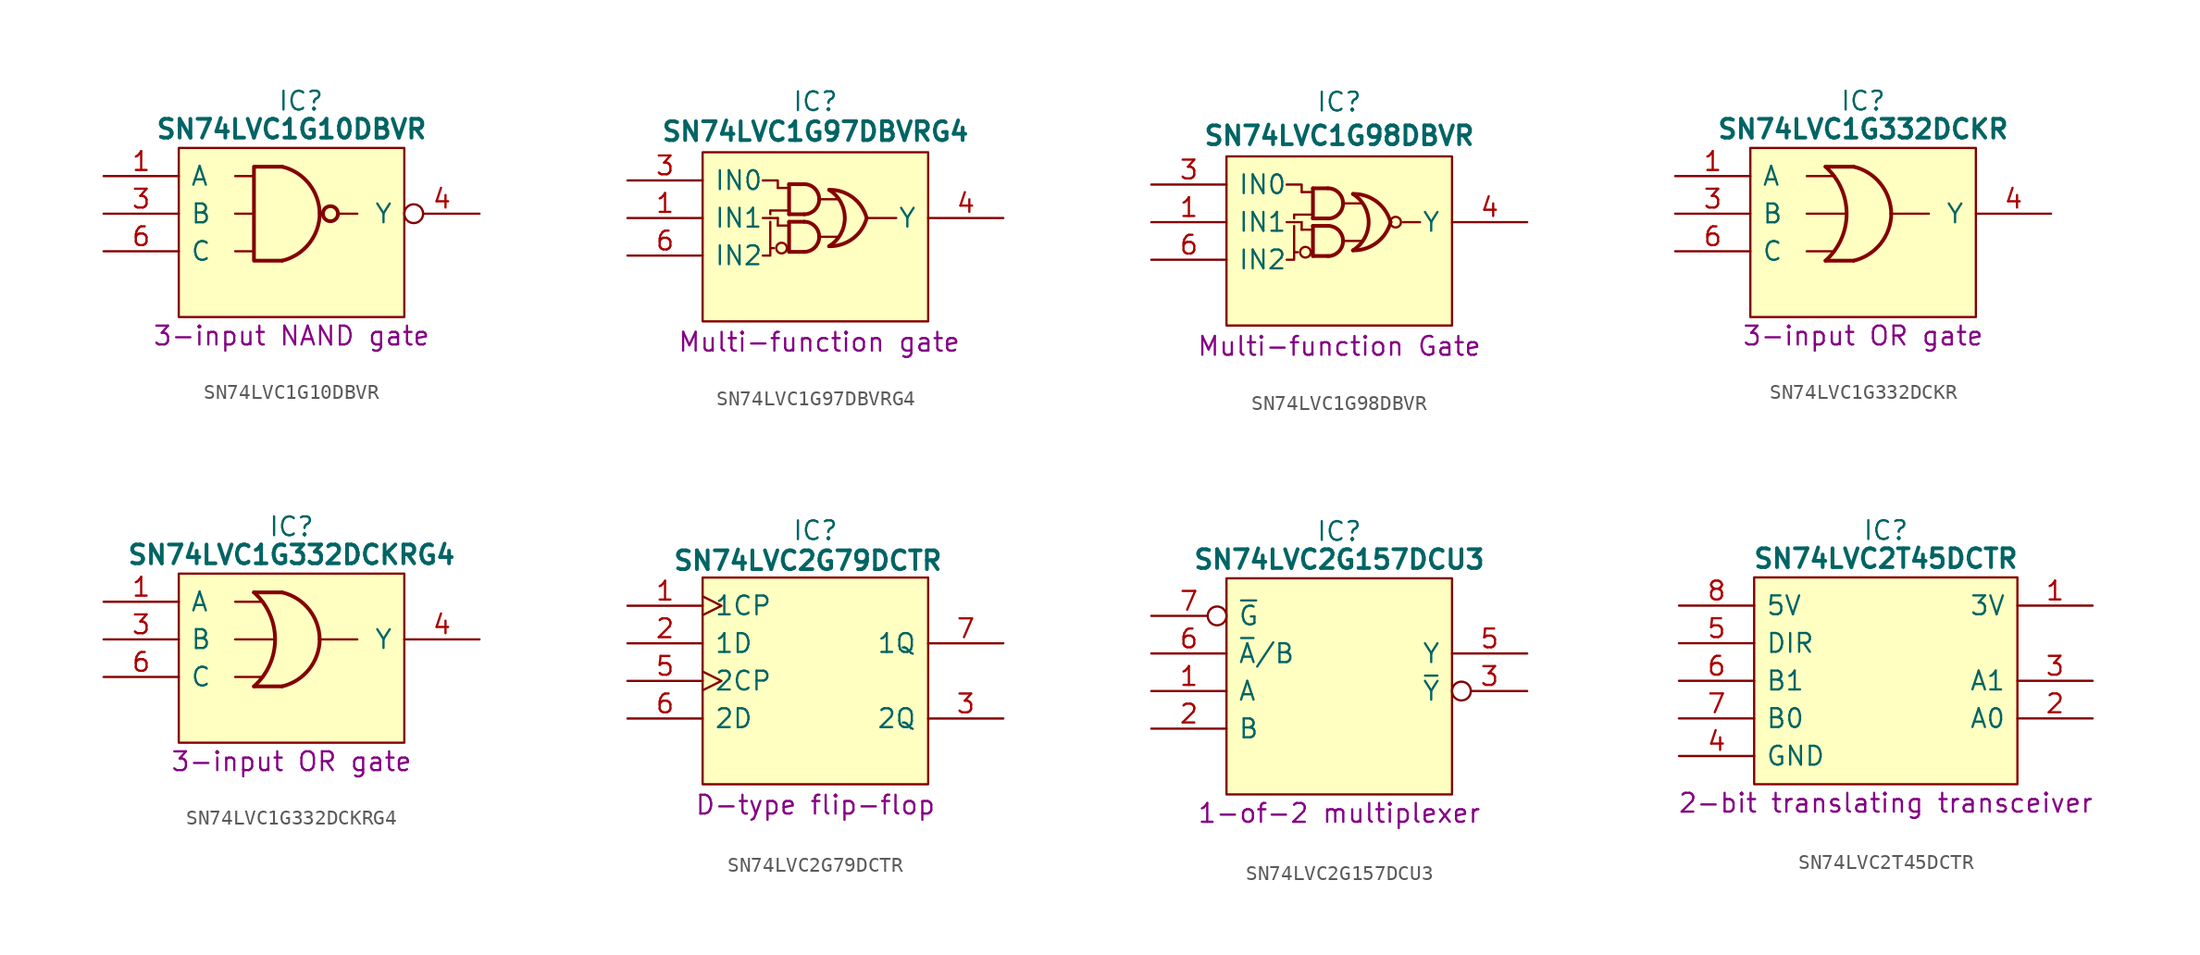
<source format=kicad_sym>
(kicad_symbol_lib
  (version 20241209)
  (generator "kicad_symbol_editor")
  (generator_version "9.0")
  (symbol "SN74LVC1G10DBVR"
    (pin_names
      (offset 0.762))
    (property "Reference" "IC"
      (at 13.335 5.08 0)
      (effects (font (size 1.27 1.27))))
    (property "Value" "SN74LVC1G10DBVR"
      (at 12.7 3.175 0)
      (effects (font (size 1.27 1.27) (bold yes))))
    (property "Description" "3-input NAND gate"
      (at 12.7 -10.795 0)
      (effects (font (size 1.27 1.27))))
    (symbol "SN74LVC1G10DBVR_0_0"
      (pin input line (at 0 0 0) (length 5.08) (name "A" (effects (font (size 1.27 1.27)))) (number "1" (effects (font (size 1.27 1.27)))))
      (pin input line (at 0 -2.54 0) (length 5.08) (name "B" (effects (font (size 1.27 1.27)))) (number "3" (effects (font (size 1.27 1.27)))))
      (pin input line (at 0 -5.08 0) (length 5.08) (name "C" (effects (font (size 1.27 1.27)))) (number "6" (effects (font (size 1.27 1.27)))))
      (pin passive line (at 0 -7.62 0) (length 5.08) (hide yes) (name "GND" (effects (font (size 1.27 1.27)))) (number "2" (effects (font (size 1.27 1.27)))))
      (pin passive line (at 25.4 0 180) (length 5.08) (hide yes) (name "3V" (effects (font (size 1.27 1.27)))) (number "5" (effects (font (size 1.27 1.27))))))
    (symbol "SN74LVC1G10DBVR_0_1"
      (polyline (pts (xy 5.08 1.905) (xy 20.32 1.905) (xy 20.32 -9.525) (xy 5.08 -9.525) (xy 5.08 1.905)) (stroke (width 0.152) (type default)) (fill (type background)))
      (polyline (pts (xy 8.89 0) (xy 10.16 0)) (stroke (width 0) (type default)) (fill (type none)))
      (polyline (pts (xy 8.89 -2.54) (xy 10.16 -2.54)) (stroke (width 0) (type default)) (fill (type none)))
      (polyline (pts (xy 8.89 -5.08) (xy 10.16 -5.08)) (stroke (width 0) (type default)) (fill (type none)))
      (polyline (pts (xy 10.16 0.635) (xy 10.16 -5.715)) (stroke (width 0.254) (type default)) (fill (type background)))
      (arc (start 14.605 -2.54) (mid 13.8812 -4.5645) (end 12.065 -5.715) (stroke (width 0.254) (type default)) (fill (type none)))
      (arc (start 12.065 0.635) (mid 13.8823 -0.5147) (end 14.605 -2.54) (stroke (width 0.254) (type default)) (fill (type none)))
      (polyline (pts (xy 12.065 0.635) (xy 10.248 0.635)) (stroke (width 0.254) (type default)) (fill (type background)))
      (polyline (pts (xy 12.065 -5.715) (xy 10.248 -5.715)) (stroke (width 0.254) (type default)) (fill (type background)))
      (circle (center 15.328 -2.54) (radius 0.508) (stroke (width 0.254) (type default)) (fill (type none)))
      (polyline (pts (xy 15.963 -2.54) (xy 17.145 -2.54)) (stroke (width 0) (type default)) (fill (type none))))
    (symbol "SN74LVC1G10DBVR_1_0"
      (pin output inverted (at 25.4 -2.54 180) (length 5.08) (name "Y" (effects (font (size 1.27 1.27)))) (number "4" (effects (font (size 1.27 1.27)))))))
  (symbol "SN74LVC1G97DBVRG4"
    (pin_names
      (offset 0.762))
    (property "Reference" "IC"
      (at 12.7 5.334 0)
      (effects (font (size 1.27 1.27))))
    (property "Value" "SN74LVC1G97DBVRG4"
      (at 12.7 3.302 0)
      (effects (font (size 1.27 1.27) (bold yes))))
    (property "Description" "Multi-function gate"
      (at 12.954 -10.922 0)
      (effects (font (size 1.27 1.27))))
    (symbol "SN74LVC1G97DBVRG4_0_1"
      (polyline (pts (xy 9.652 -2.032) (xy 9.652 -2.286)) (stroke (width 0) (type default)) (fill (type none)))
      (polyline (pts (xy 9.652 -2.032) (xy 10.922 -2.032)) (stroke (width 0) (type default)) (fill (type none)))
      (polyline (pts (xy 9.652 -2.54) (xy 9.652 -2.54)) (stroke (width 0) (type default)) (fill (type none)))
      (polyline (pts (xy 9.652 -4.572) (xy 9.652 -2.794)) (stroke (width 0) (type default)) (fill (type none)))
      (polyline (pts (xy 9.652 -4.572) (xy 9.906 -4.572)) (stroke (width 0) (type default)) (fill (type none)))
      (polyline (pts (xy 9.652 -4.572) (xy 9.652 -5.08) (xy 9.144 -5.08)) (stroke (width 0) (type default)) (fill (type none)))
      (polyline (pts (xy 10.16 -0.508) (xy 10.922 -0.508)) (stroke (width 0) (type default)) (fill (type none)))
      (polyline (pts (xy 10.16 -0.508) (xy 10.16 0) (xy 9.144 0)) (stroke (width 0) (type default)) (fill (type none)))
      (polyline (pts (xy 10.16 -2.54) (xy 9.144 -2.54)) (stroke (width 0) (type default)) (fill (type none)))
      (polyline (pts (xy 10.16 -3.048) (xy 10.16 -2.54)) (stroke (width 0) (type default)) (fill (type none)))
      (polyline (pts (xy 10.16 -3.048) (xy 10.922 -3.048)) (stroke (width 0) (type default)) (fill (type none)))
      (circle (center 10.414 -4.572) (radius 0.359) (stroke (width 0) (type default)) (fill (type none)))
      (polyline (pts (xy 10.922 -0.254) (xy 10.922 -2.286)) (stroke (width 0.254) (type default)) (fill (type background)))
      (polyline (pts (xy 10.922 -0.254) (xy 11.938 -0.254)) (stroke (width 0.254) (type default)) (fill (type background)))
      (polyline (pts (xy 10.922 -2.286) (xy 11.938 -2.286)) (stroke (width 0.254) (type default)) (fill (type background)))
      (polyline (pts (xy 10.922 -2.794) (xy 10.922 -4.826)) (stroke (width 0.254) (type default)) (fill (type background)))
      (polyline (pts (xy 10.922 -2.794) (xy 11.938 -2.794)) (stroke (width 0.254) (type default)) (fill (type background)))
      (polyline (pts (xy 10.922 -4.826) (xy 11.938 -4.826)) (stroke (width 0.254) (type default)) (fill (type background)))
      (arc (start 11.9406 -0.2514) (mid 12.6595 -0.549) (end 12.9566 -1.2674) (stroke (width 0.254) (type default)) (fill (type none)))
      (arc (start 12.9566 -1.2726) (mid 12.6581 -1.9896) (end 11.9406 -2.2886) (stroke (width 0.254) (type default)) (fill (type none)))
      (arc (start 11.9406 -2.7914) (mid 12.6595 -3.089) (end 12.9566 -3.8074) (stroke (width 0.254) (type default)) (fill (type none)))
      (arc (start 12.9566 -3.8126) (mid 12.6581 -4.5296) (end 11.9406 -4.8286) (stroke (width 0.254) (type default)) (fill (type none)))
      (arc (start 13.628 -0.635) (mid 14.6879 -2.54) (end 13.628 -4.445) (stroke (width 0.254) (type default)) (fill (type none)))
      (polyline (pts (xy 12.954 -1.27) (xy 14.224 -1.27)) (stroke (width 0) (type default)) (fill (type none)))
      (polyline (pts (xy 12.954 -3.81) (xy 14.224 -3.81)) (stroke (width 0) (type default)) (fill (type none)))
      (arc (start 16.168 -2.54) (mid 15.2265 -3.9309) (end 13.628 -4.445) (stroke (width 0.254) (type default)) (fill (type none)))
      (arc (start 13.628 -0.635) (mid 15.227 -1.1488) (end 16.168 -2.54) (stroke (width 0.254) (type default)) (fill (type none)))
      (polyline (pts (xy 16.256 -2.54) (xy 18.161 -2.54)) (stroke (width 0) (type default)) (fill (type none))))
    (symbol "SN74LVC1G97DBVRG4_1_0"
      (pin input line (at 0 0 0) (length 5.08) (name "IN0" (effects (font (size 1.27 1.27)))) (number "3" (effects (font (size 1.27 1.27)))))
      (pin input line (at 0 -2.54 0) (length 5.08) (name "IN1" (effects (font (size 1.27 1.27)))) (number "1" (effects (font (size 1.27 1.27)))))
      (pin input line (at 0 -5.08 0) (length 5.08) (name "IN2" (effects (font (size 1.27 1.27)))) (number "6" (effects (font (size 1.27 1.27)))))
      (pin passive line (at 0 -7.62 0) (length 5.08) (hide yes) (name "GND" (effects (font (size 1.27 1.27)))) (number "2" (effects (font (size 1.27 1.27)))))
      (pin passive line (at 25.4 0 180) (length 5.08) (hide yes) (name "3V" (effects (font (size 1.27 1.27)))) (number "5" (effects (font (size 1.27 1.27)))))
      (pin output line (at 25.4 -2.54 180) (length 5.08) (name "Y" (effects (font (size 1.27 1.27)))) (number "4" (effects (font (size 1.27 1.27))))))
    (symbol "SN74LVC1G97DBVRG4_1_1"
      (polyline (pts (xy 5.08 1.905) (xy 20.32 1.905) (xy 20.32 -9.525) (xy 5.08 -9.525) (xy 5.08 1.905)) (stroke (width 0.152) (type solid)) (fill (type background)))))
  (symbol "SN74LVC1G98DBVR"
    (pin_names
      (offset 0.762))
    (property "Reference" "IC"
      (at 12.7 5.588 0)
      (effects (font (size 1.27 1.27))))
    (property "Value" "SN74LVC1G98DBVR"
      (at 12.7 3.302 0)
      (effects (font (size 1.27 1.27) (bold yes))))
    (property "Description" "Multi-function Gate"
      (at 12.7 -10.922 0)
      (effects (font (size 1.27 1.27))))
    (symbol "SN74LVC1G98DBVR_0_1"
      (polyline (pts (xy 9.652 -2.032) (xy 9.652 -2.286)) (stroke (width 0) (type default)) (fill (type none)))
      (polyline (pts (xy 9.652 -2.032) (xy 10.922 -2.032)) (stroke (width 0) (type default)) (fill (type none)))
      (polyline (pts (xy 9.652 -2.54) (xy 9.652 -2.54)) (stroke (width 0) (type default)) (fill (type none)))
      (polyline (pts (xy 9.652 -4.572) (xy 9.652 -2.794)) (stroke (width 0) (type default)) (fill (type none)))
      (polyline (pts (xy 9.652 -4.572) (xy 9.906 -4.572)) (stroke (width 0) (type default)) (fill (type none)))
      (polyline (pts (xy 9.652 -4.572) (xy 9.652 -5.08) (xy 9.144 -5.08)) (stroke (width 0) (type default)) (fill (type none)))
      (polyline (pts (xy 10.16 -0.508) (xy 10.922 -0.508)) (stroke (width 0) (type default)) (fill (type none)))
      (polyline (pts (xy 10.16 -0.508) (xy 10.16 0) (xy 9.144 0)) (stroke (width 0) (type default)) (fill (type none)))
      (polyline (pts (xy 10.16 -2.54) (xy 9.144 -2.54)) (stroke (width 0) (type default)) (fill (type none)))
      (polyline (pts (xy 10.16 -3.048) (xy 10.16 -2.54)) (stroke (width 0) (type default)) (fill (type none)))
      (polyline (pts (xy 10.16 -3.048) (xy 10.922 -3.048)) (stroke (width 0) (type default)) (fill (type none)))
      (circle (center 10.414 -4.572) (radius 0.359) (stroke (width 0) (type default)) (fill (type none)))
      (polyline (pts (xy 10.922 -0.254) (xy 10.922 -2.286)) (stroke (width 0.254) (type default)) (fill (type background)))
      (polyline (pts (xy 10.922 -0.254) (xy 11.938 -0.254)) (stroke (width 0.254) (type default)) (fill (type background)))
      (polyline (pts (xy 10.922 -2.286) (xy 11.938 -2.286)) (stroke (width 0.254) (type default)) (fill (type background)))
      (polyline (pts (xy 10.922 -2.794) (xy 10.922 -4.826)) (stroke (width 0.254) (type default)) (fill (type background)))
      (polyline (pts (xy 10.922 -2.794) (xy 11.938 -2.794)) (stroke (width 0.254) (type default)) (fill (type background)))
      (polyline (pts (xy 10.922 -4.826) (xy 11.938 -4.826)) (stroke (width 0.254) (type default)) (fill (type background)))
      (arc (start 11.9406 -0.2514) (mid 12.6595 -0.549) (end 12.9566 -1.2674) (stroke (width 0.254) (type default)) (fill (type none)))
      (arc (start 12.9566 -1.2726) (mid 12.6581 -1.9896) (end 11.9406 -2.2886) (stroke (width 0.254) (type default)) (fill (type none)))
      (arc (start 11.9406 -2.7914) (mid 12.6595 -3.089) (end 12.9566 -3.8074) (stroke (width 0.254) (type default)) (fill (type none)))
      (arc (start 12.9566 -3.8126) (mid 12.6581 -4.5296) (end 11.9406 -4.8286) (stroke (width 0.254) (type default)) (fill (type none)))
      (arc (start 13.628 -0.635) (mid 14.6879 -2.54) (end 13.628 -4.445) (stroke (width 0.254) (type default)) (fill (type none)))
      (polyline (pts (xy 12.954 -1.27) (xy 14.224 -1.27)) (stroke (width 0) (type default)) (fill (type none)))
      (polyline (pts (xy 12.954 -3.81) (xy 14.224 -3.81)) (stroke (width 0) (type default)) (fill (type none)))
      (arc (start 16.168 -2.54) (mid 15.2265 -3.9309) (end 13.628 -4.445) (stroke (width 0.254) (type default)) (fill (type none)))
      (arc (start 13.628 -0.635) (mid 15.227 -1.1488) (end 16.168 -2.54) (stroke (width 0.254) (type default)) (fill (type none)))
      (circle (center 16.51 -2.54) (radius 0.359) (stroke (width 0) (type default)) (fill (type none)))
      (polyline (pts (xy 17.018 -2.54) (xy 18.161 -2.54)) (stroke (width 0) (type default)) (fill (type none))))
    (symbol "SN74LVC1G98DBVR_1_0"
      (pin input line (at 0 0 0) (length 5.08) (name "IN0" (effects (font (size 1.27 1.27)))) (number "3" (effects (font (size 1.27 1.27)))))
      (pin input line (at 0 -2.54 0) (length 5.08) (name "IN1" (effects (font (size 1.27 1.27)))) (number "1" (effects (font (size 1.27 1.27)))))
      (pin input line (at 0 -5.08 0) (length 5.08) (name "IN2" (effects (font (size 1.27 1.27)))) (number "6" (effects (font (size 1.27 1.27)))))
      (pin passive line (at 0 -7.62 0) (length 5.08) (hide yes) (name "GND" (effects (font (size 1.27 1.27)))) (number "2" (effects (font (size 1.27 1.27)))))
      (pin passive line (at 25.4 0 180) (length 5.08) (hide yes) (name "3V" (effects (font (size 1.27 1.27)))) (number "5" (effects (font (size 1.27 1.27)))))
      (pin output line (at 25.4 -2.54 180) (length 5.08) (name "Y" (effects (font (size 1.27 1.27)))) (number "4" (effects (font (size 1.27 1.27))))))
    (symbol "SN74LVC1G98DBVR_1_1"
      (polyline (pts (xy 5.08 1.905) (xy 20.32 1.905) (xy 20.32 -9.525) (xy 5.08 -9.525) (xy 5.08 1.905)) (stroke (width 0.152) (type solid)) (fill (type background)))))
  (symbol "SN74LVC1G332DCKR"
    (pin_names
      (offset 0.762))
    (property "Reference" "IC"
      (at 12.7 5.08 0)
      (effects (font (size 1.27 1.27))))
    (property "Value" "SN74LVC1G332DCKR"
      (at 12.7 3.175 0)
      (effects (font (size 1.27 1.27) (bold yes))))
    (property "Description" "3-input OR gate"
      (at 12.7 -10.795 0)
      (effects (font (size 1.27 1.27))))
    (symbol "SN74LVC1G332DCKR_0_0"
      (pin input line (at 0 0 0) (length 5.08) (name "A" (effects (font (size 1.27 1.27)))) (number "1" (effects (font (size 1.27 1.27)))))
      (pin input line (at 0 -2.54 0) (length 5.08) (name "B" (effects (font (size 1.27 1.27)))) (number "3" (effects (font (size 1.27 1.27)))))
      (pin input line (at 0 -5.08 0) (length 5.08) (name "C" (effects (font (size 1.27 1.27)))) (number "6" (effects (font (size 1.27 1.27)))))
      (pin passive line (at 0 -7.62 0) (length 5.08) (hide yes) (name "GND" (effects (font (size 1.27 1.27)))) (number "2" (effects (font (size 1.27 1.27)))))
      (pin passive line (at 25.4 0 180) (length 5.08) (hide yes) (name "3V" (effects (font (size 1.27 1.27)))) (number "5" (effects (font (size 1.27 1.27))))))
    (symbol "SN74LVC1G332DCKR_0_1"
      (polyline (pts (xy 5.08 1.905) (xy 20.32 1.905) (xy 20.32 -9.525) (xy 5.08 -9.525) (xy 5.08 1.905)) (stroke (width 0.152) (type default)) (fill (type background)))
      (arc (start 10.16 0.635) (mid 11.5867 -2.54) (end 10.16 -5.715) (stroke (width 0.254) (type default)) (fill (type none)))
      (polyline (pts (xy 8.89 0) (xy 10.795 0)) (stroke (width 0) (type default)) (fill (type none)))
      (polyline (pts (xy 8.89 -2.54) (xy 11.43 -2.54)) (stroke (width 0) (type default)) (fill (type none)))
      (polyline (pts (xy 8.89 -5.08) (xy 10.795 -5.08)) (stroke (width 0) (type default)) (fill (type none)))
      (arc (start 14.605 -2.54) (mid 13.8812 -4.5645) (end 12.065 -5.715) (stroke (width 0.254) (type default)) (fill (type none)))
      (arc (start 12.065 0.635) (mid 13.8823 -0.5147) (end 14.605 -2.54) (stroke (width 0.254) (type default)) (fill (type none)))
      (polyline (pts (xy 12.065 0.635) (xy 10.16 0.635)) (stroke (width 0.254) (type default)) (fill (type background)))
      (polyline (pts (xy 12.065 -5.715) (xy 10.16 -5.715)) (stroke (width 0.254) (type default)) (fill (type background)))
      (polyline (pts (xy 14.605 -2.54) (xy 17.145 -2.54)) (stroke (width 0) (type default)) (fill (type none))))
    (symbol "SN74LVC1G332DCKR_1_0"
      (pin output line (at 25.4 -2.54 180) (length 5.08) (name "Y" (effects (font (size 1.27 1.27)))) (number "4" (effects (font (size 1.27 1.27)))))))
  (symbol "SN74LVC1G332DCKRG4"
    (pin_names
      (offset 0.762))
    (property "Reference" "IC"
      (at 12.7 5.08 0)
      (effects (font (size 1.27 1.27))))
    (property "Value" "SN74LVC1G332DCKRG4"
      (at 12.7 3.175 0)
      (effects (font (size 1.27 1.27) (bold yes))))
    (property "Description" "3-input OR gate"
      (at 12.7 -10.795 0)
      (effects (font (size 1.27 1.27))))
    (symbol "SN74LVC1G332DCKRG4_0_0"
      (pin input line (at 0 0 0) (length 5.08) (name "A" (effects (font (size 1.27 1.27)))) (number "1" (effects (font (size 1.27 1.27)))))
      (pin input line (at 0 -2.54 0) (length 5.08) (name "B" (effects (font (size 1.27 1.27)))) (number "3" (effects (font (size 1.27 1.27)))))
      (pin input line (at 0 -5.08 0) (length 5.08) (name "C" (effects (font (size 1.27 1.27)))) (number "6" (effects (font (size 1.27 1.27)))))
      (pin passive line (at 0 -7.62 0) (length 5.08) (hide yes) (name "GND" (effects (font (size 1.27 1.27)))) (number "2" (effects (font (size 1.27 1.27)))))
      (pin passive line (at 25.4 0 180) (length 5.08) (hide yes) (name "3V" (effects (font (size 1.27 1.27)))) (number "5" (effects (font (size 1.27 1.27))))))
    (symbol "SN74LVC1G332DCKRG4_0_1"
      (polyline (pts (xy 5.08 1.905) (xy 20.32 1.905) (xy 20.32 -9.525) (xy 5.08 -9.525) (xy 5.08 1.905)) (stroke (width 0.152) (type default)) (fill (type background)))
      (arc (start 10.16 0.635) (mid 11.5867 -2.54) (end 10.16 -5.715) (stroke (width 0.254) (type default)) (fill (type none)))
      (polyline (pts (xy 8.89 0) (xy 10.795 0)) (stroke (width 0) (type default)) (fill (type none)))
      (polyline (pts (xy 8.89 -2.54) (xy 11.43 -2.54)) (stroke (width 0) (type default)) (fill (type none)))
      (polyline (pts (xy 8.89 -5.08) (xy 10.795 -5.08)) (stroke (width 0) (type default)) (fill (type none)))
      (arc (start 14.605 -2.54) (mid 13.8812 -4.5645) (end 12.065 -5.715) (stroke (width 0.254) (type default)) (fill (type none)))
      (arc (start 12.065 0.635) (mid 13.8823 -0.5147) (end 14.605 -2.54) (stroke (width 0.254) (type default)) (fill (type none)))
      (polyline (pts (xy 12.065 0.635) (xy 10.16 0.635)) (stroke (width 0.254) (type default)) (fill (type background)))
      (polyline (pts (xy 12.065 -5.715) (xy 10.16 -5.715)) (stroke (width 0.254) (type default)) (fill (type background)))
      (polyline (pts (xy 14.605 -2.54) (xy 17.145 -2.54)) (stroke (width 0) (type default)) (fill (type none))))
    (symbol "SN74LVC1G332DCKRG4_1_0"
      (pin output line (at 25.4 -2.54 180) (length 5.08) (name "Y" (effects (font (size 1.27 1.27)))) (number "4" (effects (font (size 1.27 1.27)))))))
  (symbol "SN74LVC2G79DCTR"
    (pin_names
      (offset 0.762))
    (property "Reference" "IC"
      (at 12.7 5.08 0)
      (effects (font (size 1.27 1.27))))
    (property "Value" "SN74LVC2G79DCTR"
      (at 12.192 3.048 0)
      (effects (font (size 1.27 1.27) (bold yes))))
    (property "Description" "D-type flip-flop"
      (at 12.7 -13.462 0)
      (effects (font (size 1.27 1.27))))
    (symbol "SN74LVC2G79DCTR_0_1"
      (polyline (pts (xy 5.08 1.905) (xy 20.32 1.905) (xy 20.32 -12.065) (xy 5.08 -12.065) (xy 5.08 1.905)) (stroke (width 0.152) (type default)) (fill (type background))))
    (symbol "SN74LVC2G79DCTR_1_0"
      (pin input clock (at 0 0 0) (length 5.08) (name "1CP" (effects (font (size 1.27 1.27)))) (number "1" (effects (font (size 1.27 1.27)))))
      (pin input line (at 0 -2.54 0) (length 5.08) (name "1D" (effects (font (size 1.27 1.27)))) (number "2" (effects (font (size 1.27 1.27)))))
      (pin input clock (at 0 -5.08 0) (length 5.08) (name "2CP" (effects (font (size 1.27 1.27)))) (number "5" (effects (font (size 1.27 1.27)))))
      (pin input line (at 0 -7.62 0) (length 5.08) (name "2D" (effects (font (size 1.27 1.27)))) (number "6" (effects (font (size 1.27 1.27)))))
      (pin passive line (at 0 -10.16 0) (length 5.08) (hide yes) (name "GND" (effects (font (size 1.27 1.27)))) (number "4" (effects (font (size 1.27 1.27)))))
      (pin passive line (at 25.4 0 180) (length 5.08) (hide yes) (name "3V" (effects (font (size 1.27 1.27)))) (number "8" (effects (font (size 1.27 1.27)))))
      (pin output line (at 25.4 -2.54 180) (length 5.08) (name "1Q" (effects (font (size 1.27 1.27)))) (number "7" (effects (font (size 1.27 1.27)))))
      (pin output line (at 25.4 -7.62 180) (length 5.08) (name "2Q" (effects (font (size 1.27 1.27)))) (number "3" (effects (font (size 1.27 1.27)))))))
  (symbol "SN74LVC2G157DCU3"
    (pin_names
      (offset 0.762))
    (property "Reference" "IC"
      (at 12.7 5.715 0)
      (effects (font (size 1.27 1.27))))
    (property "Value" "SN74LVC2G157DCU3"
      (at 12.7 3.81 0)
      (effects (font (size 1.27 1.27) (bold yes))))
    (property "Description" "1-of-2 multiplexer"
      (at 12.7 -13.335 0)
      (effects (font (size 1.27 1.27))))
    (symbol "SN74LVC2G157DCU3_0_0"
      (pin input line (at 0 -2.54 0) (length 5.08) (name "~{A}/B" (effects (font (size 1.27 1.27)))) (number "6" (effects (font (size 1.27 1.27)))))
      (pin input line (at 0 -5.08 0) (length 5.08) (name "A" (effects (font (size 1.27 1.27)))) (number "1" (effects (font (size 1.27 1.27)))))
      (pin input line (at 0 -7.62 0) (length 5.08) (name "B" (effects (font (size 1.27 1.27)))) (number "2" (effects (font (size 1.27 1.27)))))
      (pin output line (at 25.4 -2.54 180) (length 5.08) (name "Y" (effects (font (size 1.27 1.27)))) (number "5" (effects (font (size 1.27 1.27))))))
    (symbol "SN74LVC2G157DCU3_0_1"
      (polyline (pts (xy 5.08 2.54) (xy 20.32 2.54) (xy 20.32 -12.065) (xy 5.08 -12.065) (xy 5.08 2.54)) (stroke (width 0.152) (type default)) (fill (type background))))
    (symbol "SN74LVC2G157DCU3_1_0"
      (pin input inverted (at 0 0 0) (length 5.08) (name "~{G}" (effects (font (size 1.27 1.27)))) (number "7" (effects (font (size 1.27 1.27)))))
      (pin passive line (at 0 -10.16 0) (length 5.08) (hide yes) (name "GND" (effects (font (size 1.27 1.27)))) (number "4" (effects (font (size 1.27 1.27)))))
      (pin passive line (at 25.4 0.635 180) (length 5.08) (hide yes) (name "3V" (effects (font (size 1.27 1.27)))) (number "8" (effects (font (size 1.27 1.27)))))
      (pin output inverted (at 25.4 -5.08 180) (length 5.08) (name "~{Y}" (effects (font (size 1.27 1.27)))) (number "3" (effects (font (size 1.27 1.27)))))))
  (symbol "SN74LVC2T45DCTR"
    (pin_names
      (offset 0.762))
    (property "Reference" "IC"
      (at 13.97 5.08 0)
      (effects (font (size 1.27 1.27))))
    (property "Value" "SN74LVC2T45DCTR"
      (at 13.97 3.175 0)
      (effects (font (size 1.27 1.27) (thickness 0.254) (bold yes))))
    (property "Description" "2-bit translating transceiver"
      (at 13.97 -13.335 0)
      (effects (font (size 1.27 1.27))))
    (symbol "SN74LVC2T45DCTR_0_0"
      (pin passive line (at 0 -2.54 0) (length 5.08) (name "DIR" (effects (font (size 1.27 1.27)))) (number "5" (effects (font (size 1.27 1.27)))))
      (pin passive line (at 0 -10.16 0) (length 5.08) (name "GND" (effects (font (size 1.27 1.27)))) (number "4" (effects (font (size 1.27 1.27))))))
    (symbol "SN74LVC2T45DCTR_1_0"
      (pin passive line (at 0 0 0) (length 5.08) (name "5V" (effects (font (size 1.27 1.27)))) (number "8" (effects (font (size 1.27 1.27)))))
      (pin passive line (at 0 -5.08 0) (length 5.08) (name "B1" (effects (font (size 1.27 1.27)))) (number "6" (effects (font (size 1.27 1.27)))))
      (pin passive line (at 0 -7.62 0) (length 5.08) (name "B0" (effects (font (size 1.27 1.27)))) (number "7" (effects (font (size 1.27 1.27)))))
      (pin passive line (at 27.94 0 180) (length 5.08) (name "3V" (effects (font (size 1.27 1.27)))) (number "1" (effects (font (size 1.27 1.27)))))
      (pin passive line (at 27.94 -5.08 180) (length 5.08) (name "A1" (effects (font (size 1.27 1.27)))) (number "3" (effects (font (size 1.27 1.27)))))
      (pin passive line (at 27.94 -7.62 180) (length 5.08) (name "A0" (effects (font (size 1.27 1.27)))) (number "2" (effects (font (size 1.27 1.27))))))
    (symbol "SN74LVC2T45DCTR_1_1"
      (polyline (pts (xy 5.08 1.905) (xy 22.86 1.905) (xy 22.86 -12.065) (xy 5.08 -12.065) (xy 5.08 1.905)) (stroke (width 0.152) (type solid)) (fill (type background))))))
</source>
